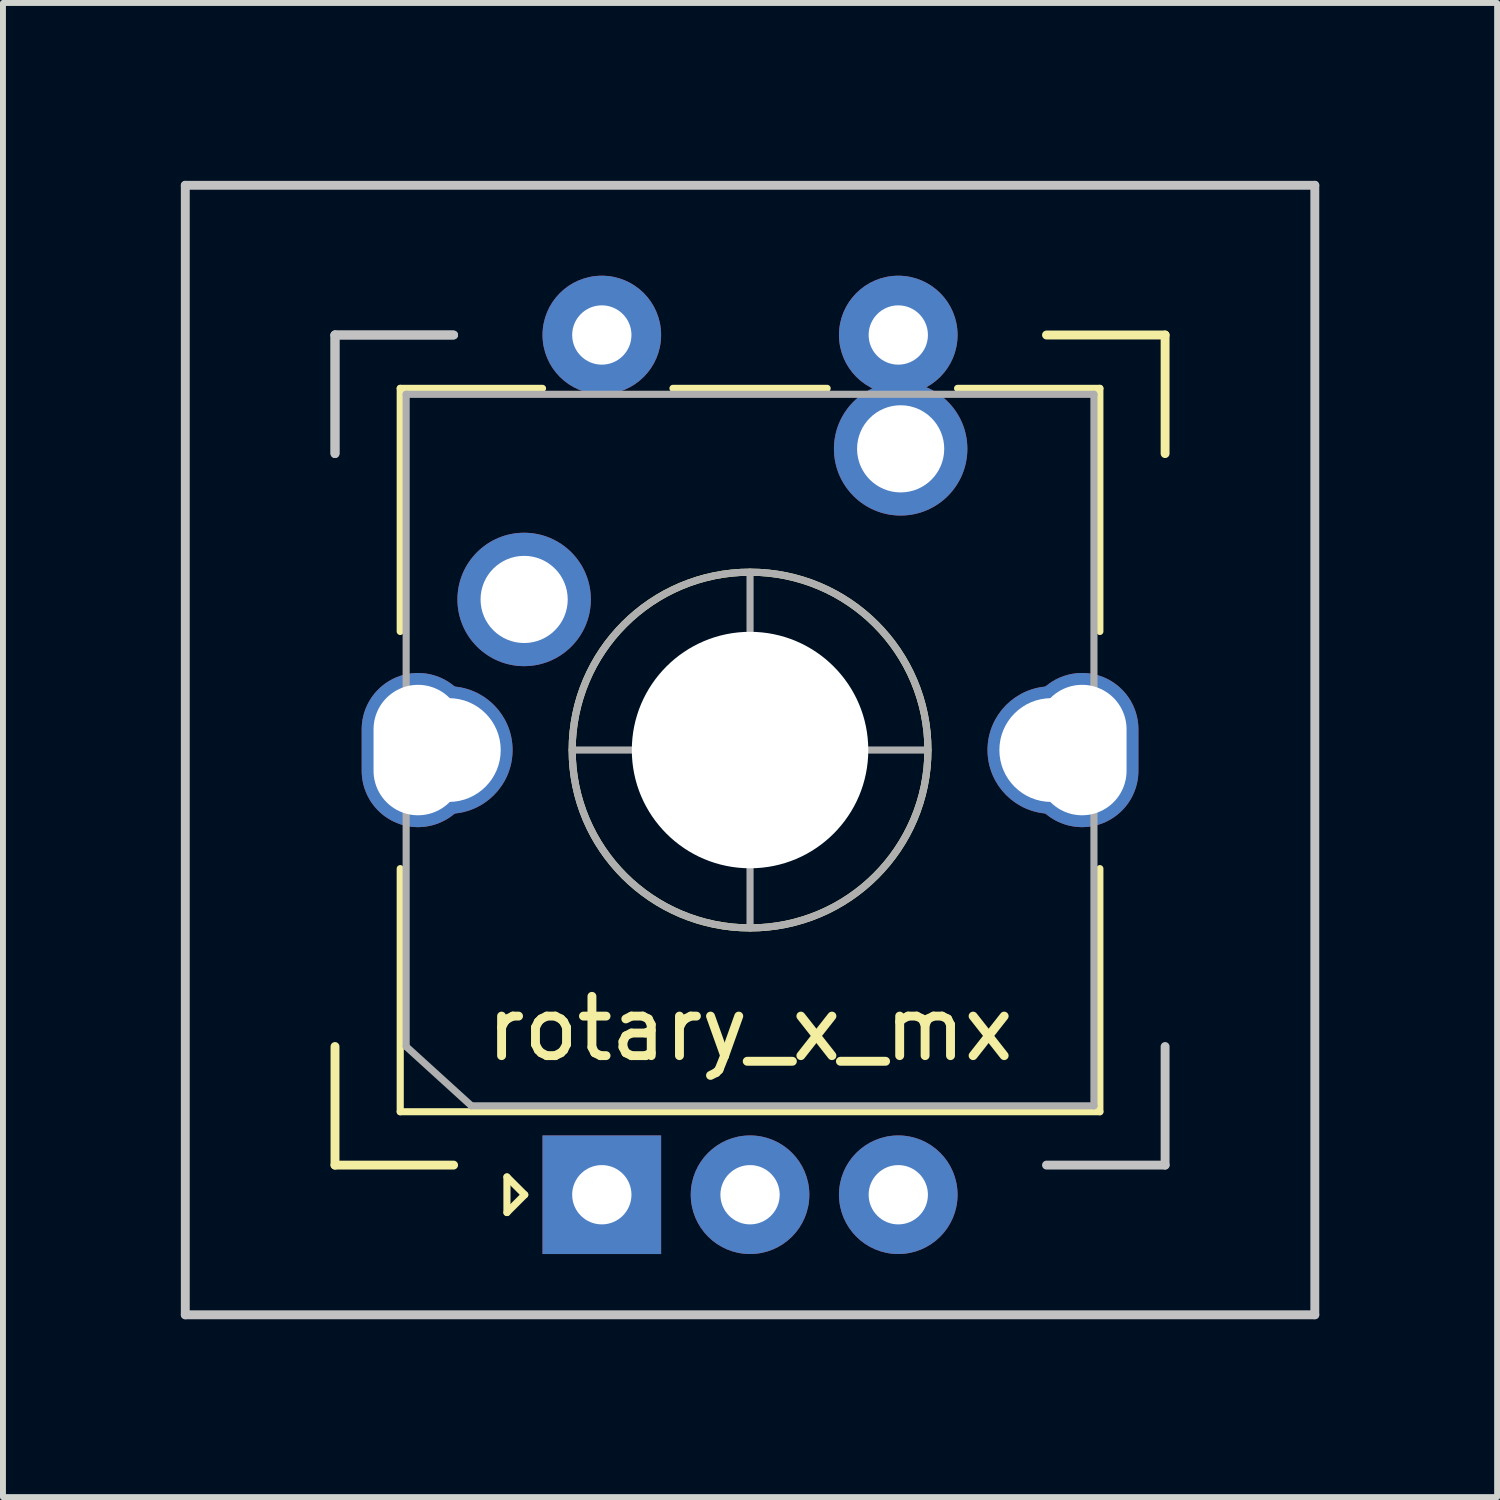
<source format=kicad_pcb>
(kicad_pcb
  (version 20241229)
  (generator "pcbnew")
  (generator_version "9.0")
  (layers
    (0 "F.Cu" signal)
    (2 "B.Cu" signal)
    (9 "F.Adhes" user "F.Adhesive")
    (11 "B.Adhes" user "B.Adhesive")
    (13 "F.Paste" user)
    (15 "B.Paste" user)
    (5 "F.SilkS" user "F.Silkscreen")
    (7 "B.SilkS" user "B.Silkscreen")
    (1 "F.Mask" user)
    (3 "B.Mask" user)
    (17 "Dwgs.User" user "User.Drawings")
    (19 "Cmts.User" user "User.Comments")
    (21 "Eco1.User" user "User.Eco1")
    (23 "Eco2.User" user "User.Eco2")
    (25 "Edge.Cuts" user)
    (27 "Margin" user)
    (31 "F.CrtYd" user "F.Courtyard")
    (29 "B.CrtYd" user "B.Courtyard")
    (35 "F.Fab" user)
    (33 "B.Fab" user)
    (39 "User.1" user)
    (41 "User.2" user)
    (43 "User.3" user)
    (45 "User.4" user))
  (footprint "rotary_x_mx"
    (layer "F.Cu")
    (at 9.6 9.6)
    (property "Reference" "rotary_x_mx" (at 0 4.699 0) (layer "F.SilkS") (effects (font (size 1 1) (thickness 0.15))))
    (attr through_hole)
    (fp_line (start -7 5) (end -7 7) (stroke (width 0.15) (type solid)) (layer "F.SilkS"))
    (fp_line (start -7 7) (end -5 7) (stroke (width 0.15) (type solid)) (layer "F.SilkS"))
    (fp_line (start -5.9 -6.1) (end -3.5 -6.1) (stroke (width 0.12) (type solid)) (layer "F.SilkS"))
    (fp_line (start -5.9 -2) (end -5.9 -6.1) (stroke (width 0.12) (type solid)) (layer "F.SilkS"))
    (fp_line (start -5.9 2) (end -5.9 6.1) (stroke (width 0.12) (type solid)) (layer "F.SilkS"))
    (fp_line (start -5.9 6.1) (end 5.9 6.1) (stroke (width 0.12) (type solid)) (layer "F.SilkS"))
    (fp_line (start -4.1 7.2) (end -3.8 7.5) (stroke (width 0.12) (type solid)) (layer "F.SilkS"))
    (fp_line (start -4.1 7.8) (end -4.1 7.2) (stroke (width 0.12) (type solid)) (layer "F.SilkS"))
    (fp_line (start -3.8 7.5) (end -4.1 7.8) (stroke (width 0.12) (type solid)) (layer "F.SilkS"))
    (fp_line (start -1.3 -6.1) (end 1.3 -6.1) (stroke (width 0.12) (type solid)) (layer "F.SilkS"))
    (fp_line (start -0.5 0) (end 0.5 0) (stroke (width 0.12) (type solid)) (layer "F.SilkS"))
    (fp_line (start 0 0.5) (end 0 -0.5) (stroke (width 0.12) (type solid)) (layer "F.SilkS"))
    (fp_line (start 3.5 -6.1) (end 5.9 -6.1) (stroke (width 0.12) (type solid)) (layer "F.SilkS"))
    (fp_line (start 5 -7) (end 7 -7) (stroke (width 0.15) (type solid)) (layer "F.SilkS"))
    (fp_line (start 5.9 -6.1) (end 5.9 -2) (stroke (width 0.12) (type solid)) (layer "F.SilkS"))
    (fp_line (start 5.9 2) (end 5.9 6.1) (stroke (width 0.12) (type solid)) (layer "F.SilkS"))
    (fp_line (start 7 -7) (end 7 -5) (stroke (width 0.15) (type solid)) (layer "F.SilkS"))
    (fp_circle (center 0 0) (end 0 -3) (stroke (width 0.12) (type solid)) (fill no) (layer "F.SilkS"))
    (fp_line (start -9.525 -9.525) (end 9.525 -9.525) (stroke (width 0.15) (type solid)) (layer "Dwgs.User"))
    (fp_line (start -9.525 9.525) (end -9.525 -9.525) (stroke (width 0.15) (type solid)) (layer "Dwgs.User"))
    (fp_line (start -7 -7) (end -7 -5) (stroke (width 0.15) (type solid)) (layer "Dwgs.User"))
    (fp_line (start -7 -7) (end -7 -5) (stroke (width 0.15) (type solid)) (layer "Dwgs.User"))
    (fp_line (start -5 -7) (end -7 -7) (stroke (width 0.15) (type solid)) (layer "Dwgs.User"))
    (fp_line (start -5 -7) (end -7 -7) (stroke (width 0.15) (type solid)) (layer "Dwgs.User"))
    (fp_line (start 5 7) (end 7 7) (stroke (width 0.15) (type solid)) (layer "Dwgs.User"))
    (fp_line (start 7 7) (end 7 5) (stroke (width 0.15) (type solid)) (layer "Dwgs.User"))
    (fp_line (start 9.525 -9.525) (end 9.525 9.525) (stroke (width 0.15) (type solid)) (layer "Dwgs.User"))
    (fp_line (start 9.525 9.525) (end -9.525 9.525) (stroke (width 0.15) (type solid)) (layer "Dwgs.User"))
    (fp_line (start -5.8 -6) (end 5.8 -6) (stroke (width 0.12) (type solid)) (layer "F.Fab"))
    (fp_line (start -5.8 5) (end -5.8 -6) (stroke (width 0.12) (type solid)) (layer "F.Fab"))
    (fp_line (start -4.7 6) (end -5.8 5) (stroke (width 0.12) (type solid)) (layer "F.Fab"))
    (fp_line (start -3 0) (end 3 0) (stroke (width 0.12) (type solid)) (layer "F.Fab"))
    (fp_line (start 0 3) (end 0 -3) (stroke (width 0.12) (type solid)) (layer "F.Fab"))
    (fp_line (start 5.8 -6) (end 5.8 6) (stroke (width 0.12) (type solid)) (layer "F.Fab"))
    (fp_line (start 5.8 6) (end -4.7 6) (stroke (width 0.12) (type solid)) (layer "F.Fab"))
    (fp_circle (center 0 0) (end 0 -3) (stroke (width 0.12) (type solid)) (fill no) (layer "F.Fab"))
    (pad "" np_thru_hole oval (at -5.6 0 90) (size 2.6 1.9) (drill oval 2.2 1.5) (layers "*.Cu" "*.Mask"))
    (pad "" np_thru_hole circle (at -5.08 0 48.1) (size 2.15 2.15) (drill 1.75) (layers "*.Cu" "*.Mask"))
    (pad "" np_thru_hole circle (at 0 0) (size 3.988 3.988) (drill 3.988) (layers "*.Cu" "*.Mask"))
    (pad "" np_thru_hole circle (at 5.08 0 48.1) (size 2.15 2.15) (drill 1.75) (layers "*.Cu" "*.Mask"))
    (pad "" np_thru_hole oval (at 5.6 0 90) (size 2.6 1.9) (drill oval 2.2 1.5) (layers "*.Cu" "*.Mask"))
    (pad "A" thru_hole rect (at -2.5 7.5 90) (size 2 2) (drill 1) (layers "*.Cu" "*.Mask"))
    (pad "B" thru_hole circle (at 2.5 7.5 90) (size 2 2) (drill 1) (layers "*.Cu" "*.Mask"))
    (pad "C" thru_hole circle (at 0 7.5 90) (size 2 2) (drill 1) (layers "*.Cu" "*.Mask"))
    (pad "S1" thru_hole circle (at 2.5 -7 90) (size 2 2) (drill 1) (layers "*.Cu" "*.Mask"))
    (pad "S1" thru_hole circle (at 2.54 -5.08) (size 2.25 2.25) (drill 1.47) (layers "*.Cu" "*.Mask"))
    (pad "S2" thru_hole circle (at -3.81 -2.54) (size 2.25 2.25) (drill 1.47) (layers "*.Cu" "*.Mask"))
    (pad "S2" thru_hole circle (at -2.5 -7 90) (size 2 2) (drill 1) (layers "*.Cu" "*.Mask")))
  (gr_rect
    (start -3 -3)
    (end 22.2 22.2)
    (stroke (width 0.1) (type default))
    (fill no)
    (layer "Edge.Cuts")))
</source>
